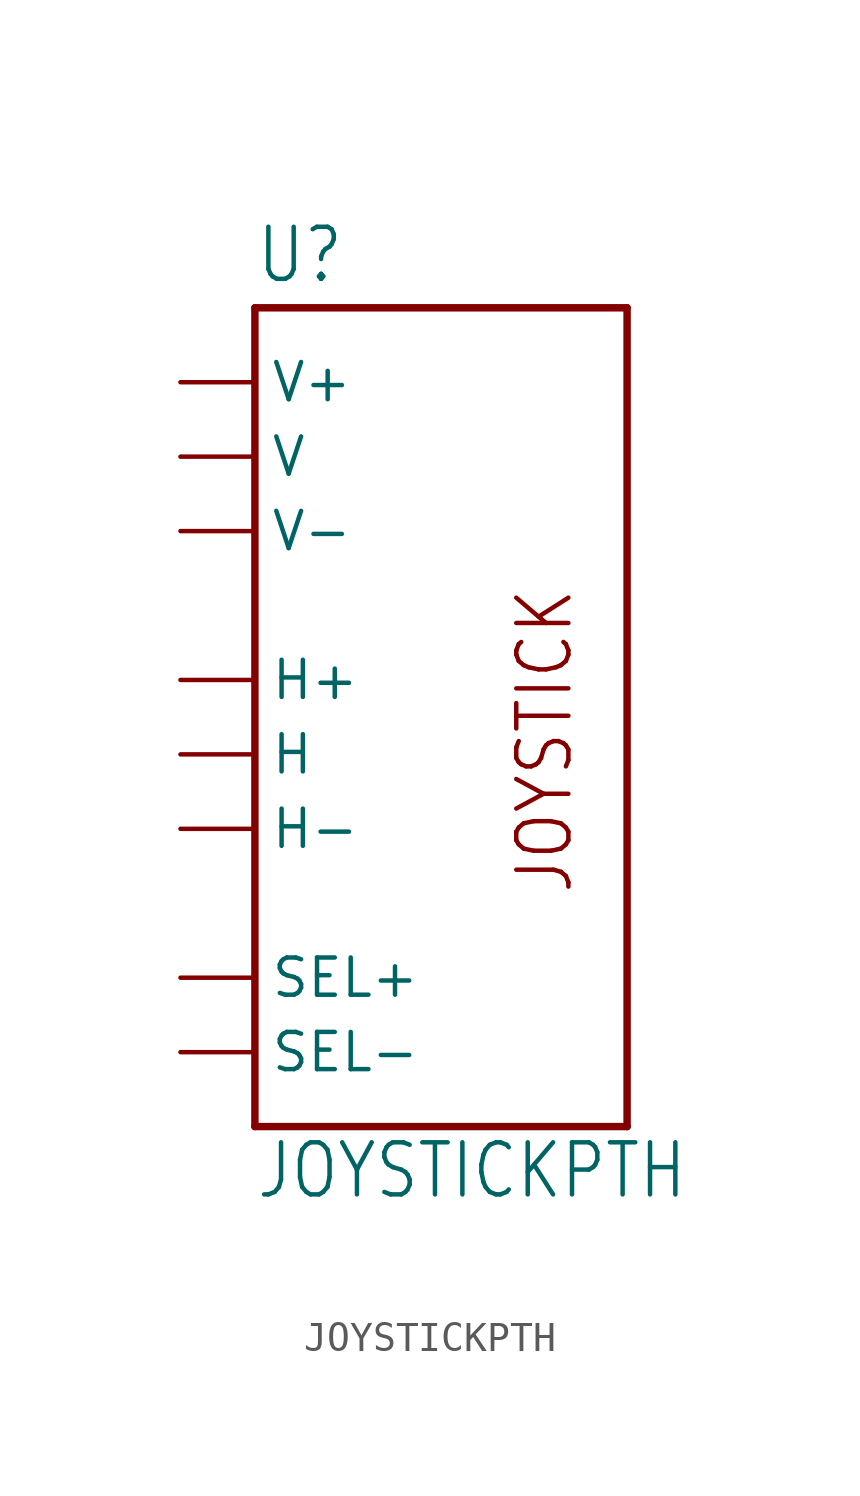
<source format=kicad_sym>
(kicad_symbol_lib
  (version 20211014)
  (generator kicad_symbol_editor)
  (symbol "JOYSTICKPTH"
    (property "Reference" "U"
      (at -7.62 13.462 0)
      (effects (font (size 1.778 1.511)) (justify left bottom)))
    (property "Value" "JOYSTICKPTH"
      (at -7.62 -17.78 0)
      (effects (font (size 1.778 1.511)) (justify left bottom)))
    (property "ki_locked" ""
      (at 0 0 0)
      (effects (font (size 1.27 1.27))))
    (symbol "JOYSTICKPTH_1_0"
      (polyline (pts (xy -7.62 -15.24) (xy -7.62 12.7)) (stroke (width 0.254) (type default) (color 0 0 0 0)) (fill (type none)))
      (polyline (pts (xy -7.62 12.7) (xy 5.08 12.7)) (stroke (width 0.254) (type default) (color 0 0 0 0)) (fill (type none)))
      (polyline (pts (xy 5.08 -15.24) (xy -7.62 -15.24)) (stroke (width 0.254) (type default) (color 0 0 0 0)) (fill (type none)))
      (polyline (pts (xy 5.08 12.7) (xy 5.08 -15.24)) (stroke (width 0.254) (type default) (color 0 0 0 0)) (fill (type none)))
      (text "JOYSTICK" (at 3.302 -7.366 900) (effects (font (size 1.778 1.511)) (justify left bottom)))
      (pin bidirectional line (at -10.16 -10.16 0) (length 2.54) (name "SEL+" (effects (font (size 1.27 1.27)))) (number "B1A" (effects (font (size 0 0)))))
      (pin bidirectional line (at -10.16 -12.7 0) (length 2.54) (name "SEL-" (effects (font (size 1.27 1.27)))) (number "B2A" (effects (font (size 0 0)))))
      (pin bidirectional line (at -10.16 0 0) (length 2.54) (name "H+" (effects (font (size 1.27 1.27)))) (number "H1" (effects (font (size 0 0)))))
      (pin bidirectional line (at -10.16 -2.54 0) (length 2.54) (name "H" (effects (font (size 1.27 1.27)))) (number "H2" (effects (font (size 0 0)))))
      (pin bidirectional line (at -10.16 -5.08 0) (length 2.54) (name "H-" (effects (font (size 1.27 1.27)))) (number "H3" (effects (font (size 0 0)))))
      (pin bidirectional line (at -10.16 10.16 0) (length 2.54) (name "V+" (effects (font (size 1.27 1.27)))) (number "V1" (effects (font (size 0 0)))))
      (pin bidirectional line (at -10.16 7.62 0) (length 2.54) (name "V" (effects (font (size 1.27 1.27)))) (number "V2" (effects (font (size 0 0)))))
      (pin bidirectional line (at -10.16 5.08 0) (length 2.54) (name "V-" (effects (font (size 1.27 1.27)))) (number "V3" (effects (font (size 0 0))))))))
</source>
